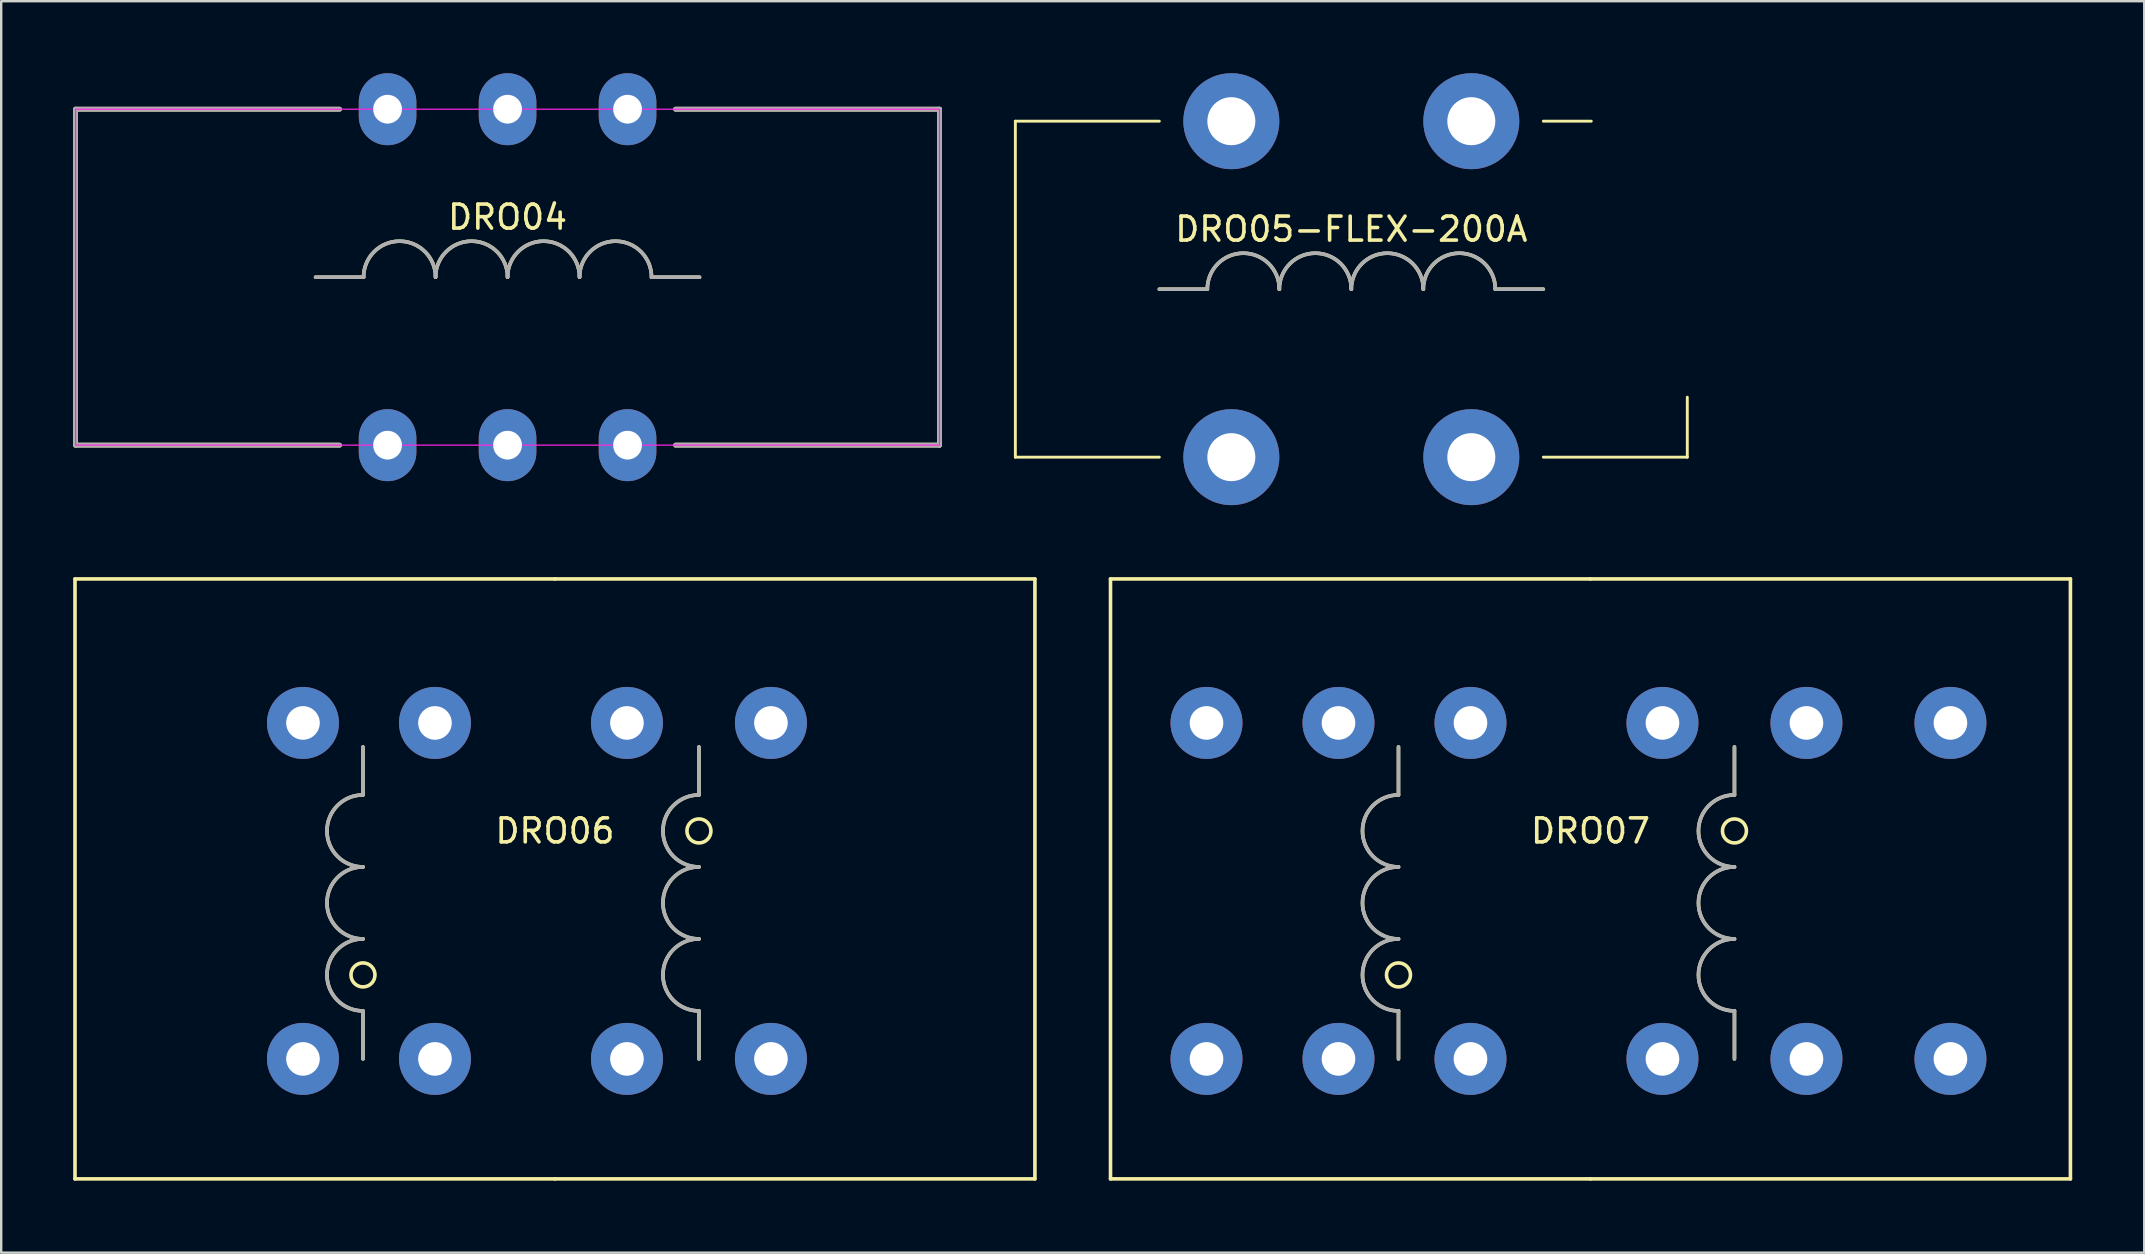
<source format=kicad_pcb>
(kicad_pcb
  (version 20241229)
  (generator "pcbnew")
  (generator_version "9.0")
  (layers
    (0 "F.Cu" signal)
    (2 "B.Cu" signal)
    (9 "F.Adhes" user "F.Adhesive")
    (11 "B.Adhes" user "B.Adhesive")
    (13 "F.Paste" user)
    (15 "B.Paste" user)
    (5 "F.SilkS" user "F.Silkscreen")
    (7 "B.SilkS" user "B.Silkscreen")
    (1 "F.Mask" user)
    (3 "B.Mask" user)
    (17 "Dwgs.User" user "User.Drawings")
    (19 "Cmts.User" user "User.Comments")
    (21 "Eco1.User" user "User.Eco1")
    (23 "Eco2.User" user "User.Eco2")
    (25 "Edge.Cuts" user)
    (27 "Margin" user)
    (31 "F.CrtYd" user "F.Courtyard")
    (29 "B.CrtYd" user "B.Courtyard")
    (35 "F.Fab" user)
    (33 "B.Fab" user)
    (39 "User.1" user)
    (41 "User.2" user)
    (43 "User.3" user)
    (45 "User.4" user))
  (footprint "DRO05-FLEX-200A"
    (layer "F.Cu")
    (at 53.26 9)
    (property "Reference" "DRO05-FLEX-200A" (at 0 -2.5 180) (layer "F.SilkS") (effects (font (size 1 1) (thickness 0.15))))
    (attr through_hole)
    (fp_line (start -14 -7) (end -14 7) (stroke (width 0.12) (type solid)) (layer "F.SilkS"))
    (fp_line (start -8 -7) (end -14 -7) (stroke (width 0.12) (type solid)) (layer "F.SilkS"))
    (fp_line (start -8 7) (end -14 7) (stroke (width 0.12) (type solid)) (layer "F.SilkS"))
    (fp_line (start -6 0) (end -8 0) (stroke (width 0.15) (type solid)) (layer "F.SilkS"))
    (fp_line (start 8 -7) (end 10 -7) (stroke (width 0.12) (type solid)) (layer "F.SilkS"))
    (fp_line (start 8 0) (end 6 0) (stroke (width 0.15) (type solid)) (layer "F.SilkS"))
    (fp_line (start 8 7) (end 14 7) (stroke (width 0.12) (type solid)) (layer "F.SilkS"))
    (fp_line (start 14 7) (end 14 4.5) (stroke (width 0.12) (type solid)) (layer "F.SilkS"))
    (fp_arc (start -6 0) (mid -4.5 -1.5) (end -3 0) (stroke (width 0.15) (type solid)) (layer "F.SilkS"))
    (fp_arc (start -3 0) (mid -1.5 -1.5) (end 0 0) (stroke (width 0.15) (type solid)) (layer "F.SilkS"))
    (fp_arc (start 0 0) (mid 1.5 -1.5) (end 3 0) (stroke (width 0.15) (type solid)) (layer "F.SilkS"))
    (fp_arc (start 3 0) (mid 4.5 -1.5) (end 6 0) (stroke (width 0.15) (type solid)) (layer "F.SilkS"))
    (fp_line (start -6 0) (end -8 0) (stroke (width 0.15) (type solid)) (layer "F.Fab"))
    (fp_line (start 8 0) (end 6 0) (stroke (width 0.15) (type solid)) (layer "F.Fab"))
    (fp_arc (start -6 0) (mid -4.5 -1.5) (end -3 0) (stroke (width 0.15) (type solid)) (layer "F.Fab"))
    (fp_arc (start -3 0) (mid -1.5 -1.5) (end 0 0) (stroke (width 0.15) (type solid)) (layer "F.Fab"))
    (fp_arc (start 0 0) (mid 1.5 -1.5) (end 3 0) (stroke (width 0.15) (type solid)) (layer "F.Fab"))
    (fp_arc (start 3 0) (mid 4.5 -1.5) (end 6 0) (stroke (width 0.15) (type solid)) (layer "F.Fab"))
    (pad "1" thru_hole circle (at 5 7) (size 4 4) (drill 2) (layers "*.Cu" "*.Mask"))
    (pad "2" thru_hole circle (at -5 7) (size 4 4) (drill 2) (layers "*.Cu" "*.Mask"))
    (pad "3" thru_hole circle (at 5 -7) (size 4 4) (drill 2) (layers "*.Cu" "*.Mask"))
    (pad "4" thru_hole circle (at -5 -7) (size 4 4) (drill 2) (layers "*.Cu" "*.Mask")))
  (footprint "DRO06"
    (layer "F.Cu")
    (at 20.075 34.075)
    (property "Reference" "DRO06" (at 0 -2.5 180) (layer "F.SilkS") (effects (font (size 1 1) (thickness 0.15))))
    (attr through_hole)
    (fp_line (start -20 -13) (end -20 12) (stroke (width 0.15) (type solid)) (layer "F.SilkS"))
    (fp_line (start -20 -13) (end 0 -13) (stroke (width 0.15) (type solid)) (layer "F.SilkS"))
    (fp_line (start -8 -6) (end -8 -4) (stroke (width 0.15) (type solid)) (layer "F.SilkS"))
    (fp_line (start -8 5) (end -8 7) (stroke (width 0.15) (type solid)) (layer "F.SilkS"))
    (fp_line (start 0 -13) (end 20 -13) (stroke (width 0.15) (type solid)) (layer "F.SilkS"))
    (fp_line (start 0 12) (end -20 12) (stroke (width 0.15) (type solid)) (layer "F.SilkS"))
    (fp_line (start 6 -6) (end 6 -4) (stroke (width 0.15) (type solid)) (layer "F.SilkS"))
    (fp_line (start 6 5) (end 6 7) (stroke (width 0.15) (type solid)) (layer "F.SilkS"))
    (fp_line (start 20 -13) (end 20 12) (stroke (width 0.15) (type solid)) (layer "F.SilkS"))
    (fp_line (start 20 12) (end 0 12) (stroke (width 0.15) (type solid)) (layer "F.SilkS"))
    (fp_arc (start -8 -1) (mid -9.5 -2.5) (end -8 -4) (stroke (width 0.15) (type solid)) (layer "F.SilkS"))
    (fp_arc (start -8 2) (mid -9.5 0.5) (end -8 -1) (stroke (width 0.15) (type solid)) (layer "F.SilkS"))
    (fp_arc (start -8 5) (mid -9.5 3.5) (end -8 2) (stroke (width 0.15) (type solid)) (layer "F.SilkS"))
    (fp_arc (start 6 -1) (mid 4.5 -2.5) (end 6 -4) (stroke (width 0.15) (type solid)) (layer "F.SilkS"))
    (fp_arc (start 6 2) (mid 4.5 0.5) (end 6 -1) (stroke (width 0.15) (type solid)) (layer "F.SilkS"))
    (fp_arc (start 6 5) (mid 4.5 3.5) (end 6 2) (stroke (width 0.15) (type solid)) (layer "F.SilkS"))
    (fp_circle (center -8 3.5) (end -8 4) (stroke (width 0.15) (type solid)) (fill no) (layer "F.SilkS"))
    (fp_circle (center 6 -2.5) (end 6 -2) (stroke (width 0.15) (type solid)) (fill no) (layer "F.SilkS"))
    (fp_line (start -8 -6) (end -8 -4) (stroke (width 0.15) (type solid)) (layer "F.Fab"))
    (fp_line (start -8 5) (end -8 7) (stroke (width 0.15) (type solid)) (layer "F.Fab"))
    (fp_line (start 6 -6) (end 6 -4) (stroke (width 0.15) (type solid)) (layer "F.Fab"))
    (fp_line (start 6 5) (end 6 7) (stroke (width 0.15) (type solid)) (layer "F.Fab"))
    (fp_arc (start -8 -1) (mid -9.5 -2.5) (end -8 -4) (stroke (width 0.15) (type solid)) (layer "F.Fab"))
    (fp_arc (start -8 2) (mid -9.5 0.5) (end -8 -1) (stroke (width 0.15) (type solid)) (layer "F.Fab"))
    (fp_arc (start -8 5) (mid -9.5 3.5) (end -8 2) (stroke (width 0.15) (type solid)) (layer "F.Fab"))
    (fp_arc (start 6 -1) (mid 4.5 -2.5) (end 6 -4) (stroke (width 0.15) (type solid)) (layer "F.Fab"))
    (fp_arc (start 6 2) (mid 4.5 0.5) (end 6 -1) (stroke (width 0.15) (type solid)) (layer "F.Fab"))
    (fp_arc (start 6 5) (mid 4.5 3.5) (end 6 2) (stroke (width 0.15) (type solid)) (layer "F.Fab"))
    (pad "1" thru_hole oval (at 3 -7) (size 3 3) (drill 1.4) (layers "*.Cu" "*.Mask"))
    (pad "1" thru_hole oval (at 9 -7) (size 3 3) (drill 1.4) (layers "*.Cu" "*.Mask"))
    (pad "2" thru_hole oval (at -10.5 -7) (size 3 3) (drill 1.4) (layers "*.Cu" "*.Mask"))
    (pad "2" thru_hole oval (at -5 -7) (size 3 3) (drill 1.4) (layers "*.Cu" "*.Mask"))
    (pad "3" thru_hole oval (at 3 7) (size 3 3) (drill 1.4) (layers "*.Cu" "*.Mask"))
    (pad "3" thru_hole oval (at 9 7) (size 3 3) (drill 1.4) (layers "*.Cu" "*.Mask"))
    (pad "4" thru_hole oval (at -10.5 7) (size 3 3) (drill 1.4) (layers "*.Cu" "*.Mask"))
    (pad "4" thru_hole oval (at -5 7) (size 3 3) (drill 1.4) (layers "*.Cu" "*.Mask")))
  (footprint "DRO04"
    (layer "F.Cu")
    (at 18.1 8.5)
    (property "Reference" "DRO04" (at 0 -2.5 180) (layer "F.SilkS") (effects (font (size 1 1) (thickness 0.15))))
    (attr through_hole)
    (fp_line (start -18 -7) (end -7 -7) (stroke (width 0.2) (type solid)) (layer "F.SilkS"))
    (fp_line (start -18 7) (end -18 -7) (stroke (width 0.2) (type solid)) (layer "F.SilkS"))
    (fp_line (start -18 7) (end -7 7) (stroke (width 0.2) (type solid)) (layer "F.SilkS"))
    (fp_line (start -6 0) (end -8 0) (stroke (width 0.15) (type solid)) (layer "F.SilkS"))
    (fp_line (start 7 -7) (end 18 -7) (stroke (width 0.2) (type solid)) (layer "F.SilkS"))
    (fp_line (start 7 7) (end 18 7) (stroke (width 0.2) (type solid)) (layer "F.SilkS"))
    (fp_line (start 8 0) (end 6 0) (stroke (width 0.15) (type solid)) (layer "F.SilkS"))
    (fp_line (start 18 -7) (end 18 7) (stroke (width 0.2) (type solid)) (layer "F.SilkS"))
    (fp_arc (start -6 0) (mid -4.5 -1.5) (end -3 0) (stroke (width 0.15) (type solid)) (layer "F.SilkS"))
    (fp_arc (start -3 0) (mid -1.5 -1.5) (end 0 0) (stroke (width 0.15) (type solid)) (layer "F.SilkS"))
    (fp_arc (start 0 0) (mid 1.5 -1.5) (end 3 0) (stroke (width 0.15) (type solid)) (layer "F.SilkS"))
    (fp_arc (start 3 0) (mid 4.5 -1.5) (end 6 0) (stroke (width 0.15) (type solid)) (layer "F.SilkS"))
    (fp_rect (start -18 -7) (end 18 7) (stroke (width 0.05) (type default)) (fill no) (layer "F.CrtYd"))
    (fp_line (start -18 -7) (end -18 7) (stroke (width 0.2) (type solid)) (layer "F.Fab"))
    (fp_line (start -18 7) (end -7 7) (stroke (width 0.2) (type solid)) (layer "F.Fab"))
    (fp_line (start -7 -7) (end -18 -7) (stroke (width 0.2) (type solid)) (layer "F.Fab"))
    (fp_line (start -6 0) (end -8 0) (stroke (width 0.15) (type solid)) (layer "F.Fab"))
    (fp_line (start 8 0) (end 6 0) (stroke (width 0.15) (type solid)) (layer "F.Fab"))
    (fp_line (start 18 -7) (end 7 -7) (stroke (width 0.2) (type solid)) (layer "F.Fab"))
    (fp_line (start 18 -7) (end 18 7) (stroke (width 0.2) (type solid)) (layer "F.Fab"))
    (fp_line (start 18 7) (end 7 7) (stroke (width 0.2) (type solid)) (layer "F.Fab"))
    (fp_arc (start -6 0) (mid -4.5 -1.5) (end -3 0) (stroke (width 0.15) (type solid)) (layer "F.Fab"))
    (fp_arc (start -3 0) (mid -1.5 -1.5) (end 0 0) (stroke (width 0.15) (type solid)) (layer "F.Fab"))
    (fp_arc (start 0 0) (mid 1.5 -1.5) (end 3 0) (stroke (width 0.15) (type solid)) (layer "F.Fab"))
    (fp_arc (start 3 0) (mid 4.5 -1.5) (end 6 0) (stroke (width 0.15) (type solid)) (layer "F.Fab"))
    (pad "1" thru_hole oval (at -5 7) (size 2.4 3) (drill 1.2) (layers "*.Cu" "*.Mask"))
    (pad "1" thru_hole oval (at 0 7) (size 2.4 3) (drill 1.2) (layers "*.Cu" "*.Mask"))
    (pad "1" thru_hole oval (at 5 7) (size 2.4 3) (drill 1.2) (layers "*.Cu" "*.Mask"))
    (pad "2" thru_hole oval (at -5 -7) (size 2.4 3) (drill 1.2) (layers "*.Cu" "*.Mask"))
    (pad "2" thru_hole oval (at 0 -7) (size 2.4 3) (drill 1.2) (layers "*.Cu" "*.Mask"))
    (pad "2" thru_hole oval (at 5 -7) (size 2.4 3) (drill 1.2) (layers "*.Cu" "*.Mask")))
  (footprint "DRO07"
    (layer "F.Cu")
    (at 63.225 34.075)
    (property "Reference" "DRO07" (at 0 -2.5 180) (layer "F.SilkS") (effects (font (size 1 1) (thickness 0.15))))
    (attr through_hole)
    (fp_line (start -20 -13) (end -20 12) (stroke (width 0.15) (type solid)) (layer "F.SilkS"))
    (fp_line (start -20 -13) (end 0 -13) (stroke (width 0.15) (type solid)) (layer "F.SilkS"))
    (fp_line (start -8 -6) (end -8 -4) (stroke (width 0.15) (type solid)) (layer "F.SilkS"))
    (fp_line (start -8 5) (end -8 7) (stroke (width 0.15) (type solid)) (layer "F.SilkS"))
    (fp_line (start 0 -13) (end 20 -13) (stroke (width 0.15) (type solid)) (layer "F.SilkS"))
    (fp_line (start 0 12) (end -20 12) (stroke (width 0.15) (type solid)) (layer "F.SilkS"))
    (fp_line (start 6 -6) (end 6 -4) (stroke (width 0.15) (type solid)) (layer "F.SilkS"))
    (fp_line (start 6 5) (end 6 7) (stroke (width 0.15) (type solid)) (layer "F.SilkS"))
    (fp_line (start 20 -13) (end 20 12) (stroke (width 0.15) (type solid)) (layer "F.SilkS"))
    (fp_line (start 20 12) (end 0 12) (stroke (width 0.15) (type solid)) (layer "F.SilkS"))
    (fp_arc (start -8 -1) (mid -9.5 -2.5) (end -8 -4) (stroke (width 0.15) (type solid)) (layer "F.SilkS"))
    (fp_arc (start -8 2) (mid -9.5 0.5) (end -8 -1) (stroke (width 0.15) (type solid)) (layer "F.SilkS"))
    (fp_arc (start -8 5) (mid -9.5 3.5) (end -8 2) (stroke (width 0.15) (type solid)) (layer "F.SilkS"))
    (fp_arc (start 6 -1) (mid 4.5 -2.5) (end 6 -4) (stroke (width 0.15) (type solid)) (layer "F.SilkS"))
    (fp_arc (start 6 2) (mid 4.5 0.5) (end 6 -1) (stroke (width 0.15) (type solid)) (layer "F.SilkS"))
    (fp_arc (start 6 5) (mid 4.5 3.5) (end 6 2) (stroke (width 0.15) (type solid)) (layer "F.SilkS"))
    (fp_circle (center -8 3.5) (end -8 4) (stroke (width 0.15) (type solid)) (fill no) (layer "F.SilkS"))
    (fp_circle (center 6 -2.5) (end 6 -2) (stroke (width 0.15) (type solid)) (fill no) (layer "F.SilkS"))
    (fp_line (start -8 -6) (end -8 -4) (stroke (width 0.15) (type solid)) (layer "F.Fab"))
    (fp_line (start -8 5) (end -8 7) (stroke (width 0.15) (type solid)) (layer "F.Fab"))
    (fp_line (start 6 -6) (end 6 -4) (stroke (width 0.15) (type solid)) (layer "F.Fab"))
    (fp_line (start 6 5) (end 6 7) (stroke (width 0.15) (type solid)) (layer "F.Fab"))
    (fp_arc (start -8 -1) (mid -9.5 -2.5) (end -8 -4) (stroke (width 0.15) (type solid)) (layer "F.Fab"))
    (fp_arc (start -8 2) (mid -9.5 0.5) (end -8 -1) (stroke (width 0.15) (type solid)) (layer "F.Fab"))
    (fp_arc (start -8 5) (mid -9.5 3.5) (end -8 2) (stroke (width 0.15) (type solid)) (layer "F.Fab"))
    (fp_arc (start 6 -1) (mid 4.5 -2.5) (end 6 -4) (stroke (width 0.15) (type solid)) (layer "F.Fab"))
    (fp_arc (start 6 2) (mid 4.5 0.5) (end 6 -1) (stroke (width 0.15) (type solid)) (layer "F.Fab"))
    (fp_arc (start 6 5) (mid 4.5 3.5) (end 6 2) (stroke (width 0.15) (type solid)) (layer "F.Fab"))
    (pad "1" thru_hole oval (at 3 -7) (size 3 3) (drill 1.4) (layers "*.Cu" "*.Mask"))
    (pad "1" thru_hole oval (at 9 -7) (size 3 3) (drill 1.4) (layers "*.Cu" "*.Mask"))
    (pad "1" thru_hole oval (at 15 -7) (size 3 3) (drill 1.4) (layers "*.Cu" "*.Mask"))
    (pad "2" thru_hole oval (at -16 -7) (size 3 3) (drill 1.4) (layers "*.Cu" "*.Mask"))
    (pad "2" thru_hole oval (at -10.5 -7) (size 3 3) (drill 1.4) (layers "*.Cu" "*.Mask"))
    (pad "2" thru_hole oval (at -5 -7) (size 3 3) (drill 1.4) (layers "*.Cu" "*.Mask"))
    (pad "3" thru_hole oval (at 3 7) (size 3 3) (drill 1.4) (layers "*.Cu" "*.Mask"))
    (pad "3" thru_hole oval (at 9 7) (size 3 3) (drill 1.4) (layers "*.Cu" "*.Mask"))
    (pad "3" thru_hole oval (at 15 7) (size 3 3) (drill 1.4) (layers "*.Cu" "*.Mask"))
    (pad "4" thru_hole oval (at -16 7) (size 3 3) (drill 1.4) (layers "*.Cu" "*.Mask"))
    (pad "4" thru_hole oval (at -10.5 7) (size 3 3) (drill 1.4) (layers "*.Cu" "*.Mask"))
    (pad "4" thru_hole oval (at -5 7) (size 3 3) (drill 1.4) (layers "*.Cu" "*.Mask")))
  (gr_rect
    (start -3 -3)
    (end 86.3 49.15)
    (stroke (width 0.1) (type default))
    (fill no)
    (layer "Edge.Cuts")))
</source>
